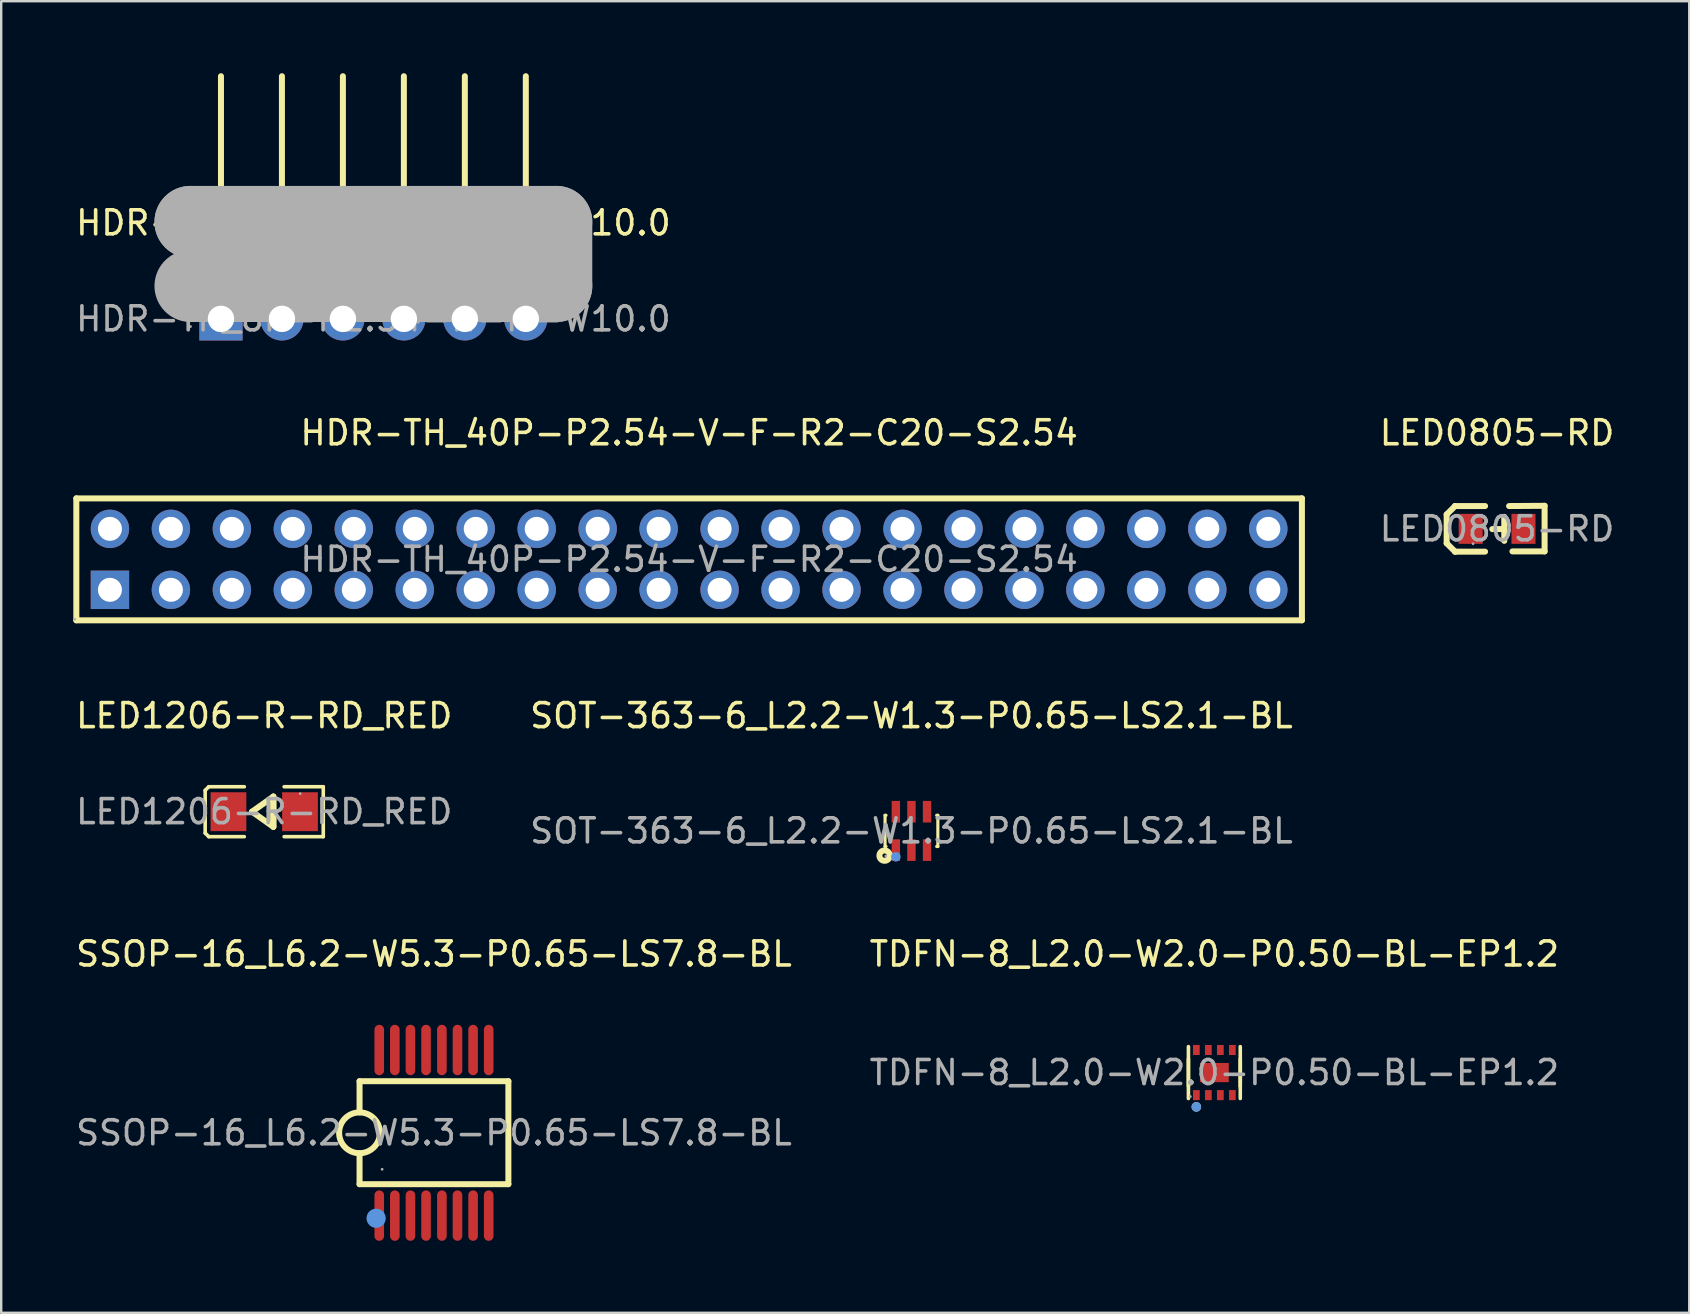
<source format=kicad_pcb>
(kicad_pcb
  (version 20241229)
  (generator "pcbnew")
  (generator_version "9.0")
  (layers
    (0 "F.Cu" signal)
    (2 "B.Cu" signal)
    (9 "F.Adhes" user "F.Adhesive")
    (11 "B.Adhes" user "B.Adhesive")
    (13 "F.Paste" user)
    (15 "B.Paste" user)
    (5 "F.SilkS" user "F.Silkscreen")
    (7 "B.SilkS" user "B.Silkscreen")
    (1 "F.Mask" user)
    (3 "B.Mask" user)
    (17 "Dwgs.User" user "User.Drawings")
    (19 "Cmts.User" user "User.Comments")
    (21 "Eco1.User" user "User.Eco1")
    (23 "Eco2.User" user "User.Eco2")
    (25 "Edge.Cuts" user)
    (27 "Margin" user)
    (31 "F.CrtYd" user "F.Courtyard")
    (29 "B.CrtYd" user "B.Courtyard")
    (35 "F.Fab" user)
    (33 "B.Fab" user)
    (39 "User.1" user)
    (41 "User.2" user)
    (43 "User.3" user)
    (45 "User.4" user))
  (footprint "HDR-TH_6P-P2.54-H-M-W10.0"
    (layer "F.Cu")
    (at 12.506 10.235)
    (property "Reference" "HDR-TH_6P-P2.54-H-M-W10.0" (at 0 -4 0) (layer "F.SilkS") (effects (font (size 1 1) (thickness 0.15))))
    (attr through_hole)
    (fp_line (start -6.35 -4.11) (end -6.35 -10.11) (stroke (width 0.25) (type solid)) (layer "F.SilkS"))
    (fp_line (start -3.81 -4.11) (end -3.81 -10.11) (stroke (width 0.25) (type solid)) (layer "F.SilkS"))
    (fp_line (start -1.27 -4.11) (end -1.27 -10.11) (stroke (width 0.25) (type solid)) (layer "F.SilkS"))
    (fp_line (start 1.27 -4.11) (end 1.27 -10.11) (stroke (width 0.25) (type solid)) (layer "F.SilkS"))
    (fp_line (start 3.81 -4.11) (end 3.81 -10.11) (stroke (width 0.25) (type solid)) (layer "F.SilkS"))
    (fp_line (start 6.35 -4.11) (end 6.35 -10.11) (stroke (width 0.25) (type solid)) (layer "F.SilkS"))
    (fp_line (start -7.62 -4.04) (end -7.62 -4.04) (stroke (width 3) (type solid)) (layer "F.Fab"))
    (fp_line (start -7.62 -4.04) (end 7.62 -4.04) (stroke (width 3) (type solid)) (layer "F.Fab"))
    (fp_line (start 7.62 -4.04) (end 7.62 -1.37) (stroke (width 3) (type solid)) (layer "F.Fab"))
    (fp_line (start 7.62 -1.37) (end -7.62 -1.37) (stroke (width 3) (type solid)) (layer "F.Fab"))
    (fp_circle (center -7.62 0.32) (end -7.59 0.32) (stroke (width 0.06) (type solid)) (fill no) (layer "F.Fab"))
    (fp_text user "${REFERENCE}" (at 0 0 0) (layer "F.Fab") (effects (font (size 1 1) (thickness 0.15))))
    (pad "1" thru_hole rect (at -6.35 0) (size 1.8 1.8) (drill 1.1) (layers "*.Cu" "*.Mask"))
    (pad "2" thru_hole circle (at -3.81 0) (size 1.8 1.8) (drill 1.1) (layers "*.Cu" "*.Mask"))
    (pad "3" thru_hole circle (at -1.27 0) (size 1.8 1.8) (drill 1.1) (layers "*.Cu" "*.Mask"))
    (pad "4" thru_hole circle (at 1.27 0) (size 1.8 1.8) (drill 1.1) (layers "*.Cu" "*.Mask"))
    (pad "5" thru_hole circle (at 3.81 0) (size 1.8 1.8) (drill 1.1) (layers "*.Cu" "*.Mask"))
    (pad "6" thru_hole circle (at 6.35 0) (size 1.8 1.8) (drill 1.1) (layers "*.Cu" "*.Mask")))
  (footprint "SSOP-16_L6.2-W5.3-P0.65-LS7.8-BL"
    (layer "F.Cu")
    (at 15.03 44.145)
    (property "Reference" "SSOP-16_L6.2-W5.3-P0.65-LS7.8-BL" (at 0 -7.45 0) (layer "F.SilkS") (effects (font (size 1 1) (thickness 0.15))))
    (attr smd)
    (fp_line (start -3.1 -2.15) (end 3.1 -2.15) (stroke (width 0.25) (type solid)) (layer "F.SilkS"))
    (fp_line (start -3.1 -0.85) (end -3.1 -2.15) (stroke (width 0.25) (type solid)) (layer "F.SilkS"))
    (fp_line (start -3.1 0.85) (end -3.1 2.14) (stroke (width 0.25) (type solid)) (layer "F.SilkS"))
    (fp_line (start -3.1 2.14) (end 3.1 2.14) (stroke (width 0.25) (type solid)) (layer "F.SilkS"))
    (fp_line (start 3.1 2.14) (end 3.1 -2.15) (stroke (width 0.25) (type solid)) (layer "F.SilkS"))
    (fp_arc (start -3.114835 0.849871) (mid -3.092582 -0.849968) (end -3.1 0.85) (stroke (width 0.25) (type solid)) (layer "F.SilkS"))
    (fp_circle (center -2.41 3.56) (end -2.21 3.56) (stroke (width 0.4) (type solid)) (fill no) (layer "Cmts.User"))
    (fp_circle (center -2.16 1.52) (end -2.13 1.52) (stroke (width 0.06) (type solid)) (fill no) (layer "F.Fab"))
    (fp_text user "${REFERENCE}" (at 0 0 0) (layer "F.Fab") (effects (font (size 1 1) (thickness 0.15))))
    (pad "1" smd oval (at -2.28 3.45 180) (size 0.4 2.1) (layers "F.Cu" "F.Mask" "F.Paste"))
    (pad "2" smd oval (at -1.63 3.45 180) (size 0.4 2.1) (layers "F.Cu" "F.Mask" "F.Paste"))
    (pad "3" smd oval (at -0.98 3.45 180) (size 0.4 2.1) (layers "F.Cu" "F.Mask" "F.Paste"))
    (pad "4" smd oval (at -0.33 3.45 180) (size 0.4 2.1) (layers "F.Cu" "F.Mask" "F.Paste"))
    (pad "5" smd oval (at 0.33 3.45 180) (size 0.4 2.1) (layers "F.Cu" "F.Mask" "F.Paste"))
    (pad "6" smd oval (at 0.98 3.45 180) (size 0.4 2.1) (layers "F.Cu" "F.Mask" "F.Paste"))
    (pad "7" smd oval (at 1.63 3.45 180) (size 0.4 2.1) (layers "F.Cu" "F.Mask" "F.Paste"))
    (pad "8" smd oval (at 2.28 3.45 180) (size 0.4 2.1) (layers "F.Cu" "F.Mask" "F.Paste"))
    (pad "9" smd oval (at 2.28 -3.45 180) (size 0.4 2.1) (layers "F.Cu" "F.Mask" "F.Paste"))
    (pad "10" smd oval (at 1.63 -3.45 180) (size 0.4 2.1) (layers "F.Cu" "F.Mask" "F.Paste"))
    (pad "11" smd oval (at 0.98 -3.45 180) (size 0.4 2.1) (layers "F.Cu" "F.Mask" "F.Paste"))
    (pad "12" smd oval (at 0.33 -3.45 180) (size 0.4 2.1) (layers "F.Cu" "F.Mask" "F.Paste"))
    (pad "13" smd oval (at -0.33 -3.45 180) (size 0.4 2.1) (layers "F.Cu" "F.Mask" "F.Paste"))
    (pad "14" smd oval (at -0.98 -3.45 180) (size 0.4 2.1) (layers "F.Cu" "F.Mask" "F.Paste"))
    (pad "15" smd oval (at -1.63 -3.45 180) (size 0.4 2.1) (layers "F.Cu" "F.Mask" "F.Paste"))
    (pad "16" smd oval (at -2.28 -3.45 180) (size 0.4 2.1) (layers "F.Cu" "F.Mask" "F.Paste")))
  (footprint "LED1206-R-RD_RED"
    (layer "F.Cu")
    (at 7.958 30.767)
    (property "Reference" "LED1206-R-RD_RED" (at 0 -4 0) (layer "F.SilkS") (effects (font (size 1 1) (thickness 0.15))))
    (attr smd)
    (fp_line (start -2.46 -0.89) (end -2.31 -1.04) (stroke (width 0.15) (type solid)) (layer "F.SilkS"))
    (fp_line (start -2.46 0.89) (end -2.46 -0.89) (stroke (width 0.15) (type solid)) (layer "F.SilkS"))
    (fp_line (start -2.31 -1.04) (end -0.83 -1.04) (stroke (width 0.15) (type solid)) (layer "F.SilkS"))
    (fp_line (start -2.31 1.04) (end -2.46 0.89) (stroke (width 0.15) (type solid)) (layer "F.SilkS"))
    (fp_line (start -0.83 1.04) (end -2.31 1.04) (stroke (width 0.15) (type solid)) (layer "F.SilkS"))
    (fp_line (start -0.51 0) (end 0.38 0.63) (stroke (width 0.25) (type solid)) (layer "F.SilkS"))
    (fp_line (start 0.38 -0.63) (end -0.51 0) (stroke (width 0.25) (type solid)) (layer "F.SilkS"))
    (fp_line (start 0.38 -0.63) (end 0.38 0.63) (stroke (width 0.25) (type solid)) (layer "F.SilkS"))
    (fp_line (start 0.38 0.63) (end 0.38 -0.63) (stroke (width 0.25) (type solid)) (layer "F.SilkS"))
    (fp_line (start 0.83 1.04) (end 2.46 1.04) (stroke (width 0.15) (type solid)) (layer "F.SilkS"))
    (fp_line (start 2.46 -1.04) (end 0.83 -1.04) (stroke (width 0.15) (type solid)) (layer "F.SilkS"))
    (fp_line (start 2.46 1.04) (end 2.46 -1.04) (stroke (width 0.15) (type solid)) (layer "F.SilkS"))
    (fp_circle (center 1.5 -0.75) (end 1.53 -0.75) (stroke (width 0.06) (type solid)) (fill no) (layer "F.Fab"))
    (fp_text user "${REFERENCE}" (at 0 0 0) (layer "F.Fab") (effects (font (size 1 1) (thickness 0.15))))
    (pad "1" smd rect (at 1.49 0) (size 1.49 1.62) (layers "F.Cu" "F.Mask" "F.Paste"))
    (pad "2" smd rect (at -1.49 0) (size 1.49 1.62) (layers "F.Cu" "F.Mask" "F.Paste")))
  (footprint "HDR-TH_40P-P2.54-V-F-R2-C20-S2.54"
    (layer "F.Cu")
    (at 25.66 20.253)
    (property "Reference" "HDR-TH_40P-P2.54-V-F-R2-C20-S2.54" (at 0 -5.27 0) (layer "F.SilkS") (effects (font (size 1 1) (thickness 0.15))))
    (attr through_hole)
    (fp_line (start -25.53 -2.54) (end -25.53 2.54) (stroke (width 0.25) (type solid)) (layer "F.SilkS"))
    (fp_line (start -25.53 -2.54) (end 25.53 -2.54) (stroke (width 0.25) (type solid)) (layer "F.SilkS"))
    (fp_line (start -25.53 2.54) (end 25.53 2.54) (stroke (width 0.25) (type solid)) (layer "F.SilkS"))
    (fp_line (start 25.53 -2.54) (end 25.53 2.54) (stroke (width 0.25) (type solid)) (layer "F.SilkS"))
    (fp_circle (center -25.6 2.5) (end -25.57 2.5) (stroke (width 0.06) (type solid)) (fill no) (layer "F.Fab"))
    (fp_text user "${REFERENCE}" (at 0 0 0) (layer "F.Fab") (effects (font (size 1 1) (thickness 0.15))))
    (pad "1" thru_hole rect (at -24.13 1.27) (size 1.6 1.6) (drill 1) (layers "*.Cu" "*.Mask"))
    (pad "2" thru_hole circle (at -24.13 -1.27) (size 1.6 1.6) (drill 1) (layers "*.Cu" "*.Mask"))
    (pad "3" thru_hole circle (at -21.59 1.27) (size 1.6 1.6) (drill 1) (layers "*.Cu" "*.Mask"))
    (pad "4" thru_hole circle (at -21.59 -1.27) (size 1.6 1.6) (drill 1) (layers "*.Cu" "*.Mask"))
    (pad "5" thru_hole circle (at -19.05 1.27) (size 1.6 1.6) (drill 1) (layers "*.Cu" "*.Mask"))
    (pad "6" thru_hole circle (at -19.05 -1.27) (size 1.6 1.6) (drill 1) (layers "*.Cu" "*.Mask"))
    (pad "7" thru_hole circle (at -16.51 1.27) (size 1.6 1.6) (drill 1) (layers "*.Cu" "*.Mask"))
    (pad "8" thru_hole circle (at -16.51 -1.27) (size 1.6 1.6) (drill 1) (layers "*.Cu" "*.Mask"))
    (pad "9" thru_hole circle (at -13.97 1.27) (size 1.6 1.6) (drill 1) (layers "*.Cu" "*.Mask"))
    (pad "10" thru_hole circle (at -13.97 -1.27) (size 1.6 1.6) (drill 1) (layers "*.Cu" "*.Mask"))
    (pad "11" thru_hole circle (at -11.43 1.27) (size 1.6 1.6) (drill 1) (layers "*.Cu" "*.Mask"))
    (pad "12" thru_hole circle (at -11.43 -1.27) (size 1.6 1.6) (drill 1) (layers "*.Cu" "*.Mask"))
    (pad "13" thru_hole circle (at -8.89 1.27) (size 1.6 1.6) (drill 1) (layers "*.Cu" "*.Mask"))
    (pad "14" thru_hole circle (at -8.89 -1.27) (size 1.6 1.6) (drill 1) (layers "*.Cu" "*.Mask"))
    (pad "15" thru_hole circle (at -6.35 1.27) (size 1.6 1.6) (drill 1) (layers "*.Cu" "*.Mask"))
    (pad "16" thru_hole circle (at -6.35 -1.27) (size 1.6 1.6) (drill 1) (layers "*.Cu" "*.Mask"))
    (pad "17" thru_hole circle (at -3.81 1.27) (size 1.6 1.6) (drill 1) (layers "*.Cu" "*.Mask"))
    (pad "18" thru_hole circle (at -3.81 -1.27) (size 1.6 1.6) (drill 1) (layers "*.Cu" "*.Mask"))
    (pad "19" thru_hole circle (at -1.27 1.27) (size 1.6 1.6) (drill 1) (layers "*.Cu" "*.Mask"))
    (pad "20" thru_hole circle (at -1.27 -1.27) (size 1.6 1.6) (drill 1) (layers "*.Cu" "*.Mask"))
    (pad "21" thru_hole circle (at 1.27 1.27) (size 1.6 1.6) (drill 1) (layers "*.Cu" "*.Mask"))
    (pad "22" thru_hole circle (at 1.27 -1.27) (size 1.6 1.6) (drill 1) (layers "*.Cu" "*.Mask"))
    (pad "23" thru_hole circle (at 3.81 1.27) (size 1.6 1.6) (drill 1) (layers "*.Cu" "*.Mask"))
    (pad "24" thru_hole circle (at 3.81 -1.27) (size 1.6 1.6) (drill 1) (layers "*.Cu" "*.Mask"))
    (pad "25" thru_hole circle (at 6.35 1.27) (size 1.6 1.6) (drill 1) (layers "*.Cu" "*.Mask"))
    (pad "26" thru_hole circle (at 6.35 -1.27) (size 1.6 1.6) (drill 1) (layers "*.Cu" "*.Mask"))
    (pad "27" thru_hole circle (at 8.89 1.27) (size 1.6 1.6) (drill 1) (layers "*.Cu" "*.Mask"))
    (pad "28" thru_hole circle (at 8.89 -1.27) (size 1.6 1.6) (drill 1) (layers "*.Cu" "*.Mask"))
    (pad "29" thru_hole circle (at 11.43 1.27) (size 1.6 1.6) (drill 1) (layers "*.Cu" "*.Mask"))
    (pad "30" thru_hole circle (at 11.43 -1.27) (size 1.6 1.6) (drill 1) (layers "*.Cu" "*.Mask"))
    (pad "31" thru_hole circle (at 13.97 1.27) (size 1.6 1.6) (drill 1) (layers "*.Cu" "*.Mask"))
    (pad "32" thru_hole circle (at 13.97 -1.27) (size 1.6 1.6) (drill 1) (layers "*.Cu" "*.Mask"))
    (pad "33" thru_hole circle (at 16.51 1.27) (size 1.6 1.6) (drill 1) (layers "*.Cu" "*.Mask"))
    (pad "34" thru_hole circle (at 16.51 -1.27) (size 1.6 1.6) (drill 1) (layers "*.Cu" "*.Mask"))
    (pad "35" thru_hole circle (at 19.05 1.27) (size 1.6 1.6) (drill 1) (layers "*.Cu" "*.Mask"))
    (pad "36" thru_hole circle (at 19.05 -1.27) (size 1.6 1.6) (drill 1) (layers "*.Cu" "*.Mask"))
    (pad "37" thru_hole circle (at 21.59 1.27) (size 1.6 1.6) (drill 1) (layers "*.Cu" "*.Mask"))
    (pad "38" thru_hole circle (at 21.59 -1.27) (size 1.6 1.6) (drill 1) (layers "*.Cu" "*.Mask"))
    (pad "39" thru_hole circle (at 24.13 1.27) (size 1.6 1.6) (drill 1) (layers "*.Cu" "*.Mask"))
    (pad "40" thru_hole circle (at 24.13 -1.27) (size 1.6 1.6) (drill 1) (layers "*.Cu" "*.Mask")))
  (footprint "SOT-363-6_L2.2-W1.3-P0.65-LS2.1-BL"
    (layer "F.Cu")
    (at 34.923 31.567)
    (property "Reference" "SOT-363-6_L2.2-W1.3-P0.65-LS2.1-BL" (at 0 -4.8 0) (layer "F.SilkS") (effects (font (size 1 1) (thickness 0.15))))
    (attr smd)
    (fp_line (start -1.1 -0.65) (end -1.1 0.65) (stroke (width 0.13) (type solid)) (layer "F.SilkS"))
    (fp_line (start -1.1 -0.65) (end -1.06 -0.65) (stroke (width 0.13) (type solid)) (layer "F.SilkS"))
    (fp_line (start -1.1 0.65) (end -1.06 0.65) (stroke (width 0.13) (type solid)) (layer "F.SilkS"))
    (fp_line (start 1.05 -0.65) (end 1.1 -0.65) (stroke (width 0.13) (type solid)) (layer "F.SilkS"))
    (fp_line (start 1.05 0.65) (end 1.1 0.65) (stroke (width 0.13) (type solid)) (layer "F.SilkS"))
    (fp_line (start 1.1 -0.65) (end 1.1 0.65) (stroke (width 0.13) (type solid)) (layer "F.SilkS"))
    (fp_circle (center -1.12 1.03) (end -1.03 1.03) (stroke (width 0.25) (type solid)) (fill no) (layer "F.SilkS"))
    (fp_circle (center -0.65 1.08) (end -0.55 1.08) (stroke (width 0.2) (type solid)) (fill no) (layer "Cmts.User"))
    (fp_circle (center -1.07 1.05) (end -1.04 1.05) (stroke (width 0.06) (type solid)) (fill no) (layer "F.Fab"))
    (fp_text user "${REFERENCE}" (at 0 0 0) (layer "F.Fab") (effects (font (size 1 1) (thickness 0.15))))
    (pad "1" smd rect (at -0.65 0.8) (size 0.35 0.9) (layers "F.Cu" "F.Mask" "F.Paste"))
    (pad "2" smd rect (at 0 0.8) (size 0.35 0.9) (layers "F.Cu" "F.Mask" "F.Paste"))
    (pad "3" smd rect (at 0.65 0.8) (size 0.35 0.9) (layers "F.Cu" "F.Mask" "F.Paste"))
    (pad "4" smd rect (at 0.65 -0.8) (size 0.35 0.9) (layers "F.Cu" "F.Mask" "F.Paste"))
    (pad "5" smd rect (at 0 -0.8) (size 0.35 0.9) (layers "F.Cu" "F.Mask" "F.Paste"))
    (pad "6" smd rect (at -0.65 -0.8) (size 0.35 0.9) (layers "F.Cu" "F.Mask" "F.Paste")))
  (footprint "LED0805-RD"
    (layer "F.Cu")
    (at 59.321 18.983)
    (property "Reference" "LED0805-RD" (at 0 -4 0) (layer "F.SilkS") (effects (font (size 1 1) (thickness 0.15))))
    (attr smd)
    (fp_line (start -2.1 -0.6) (end -2.1 0.6) (stroke (width 0.25) (type solid)) (layer "F.SilkS"))
    (fp_line (start -1.75 -0.95) (end -2.1 -0.6) (stroke (width 0.25) (type solid)) (layer "F.SilkS"))
    (fp_line (start -1.75 -0.95) (end -1.75 -0.95) (stroke (width 0.25) (type solid)) (layer "F.SilkS"))
    (fp_line (start -1.75 0.95) (end -2.1 0.6) (stroke (width 0.25) (type solid)) (layer "F.SilkS"))
    (fp_line (start -1.75 0.95) (end -1.75 0.95) (stroke (width 0.25) (type solid)) (layer "F.SilkS"))
    (fp_line (start -0.5 -0.95) (end -1.75 -0.95) (stroke (width 0.25) (type solid)) (layer "F.SilkS"))
    (fp_line (start -0.5 0.95) (end -1.75 0.95) (stroke (width 0.25) (type solid)) (layer "F.SilkS"))
    (fp_line (start 0.3 -0.5) (end 0.3 0.5) (stroke (width 0.25) (type solid)) (layer "F.SilkS"))
    (fp_line (start 0.3 0.01) (end -0.2 0.01) (stroke (width 0.25) (type solid)) (layer "F.SilkS"))
    (fp_line (start 0.5 -0.95) (end 1.98 -0.96) (stroke (width 0.25) (type solid)) (layer "F.SilkS"))
    (fp_line (start 0.64 0.94) (end 1.98 0.94) (stroke (width 0.25) (type solid)) (layer "F.SilkS"))
    (fp_line (start 1.98 -0.96) (end 1.98 0.94) (stroke (width 0.25) (type solid)) (layer "F.SilkS"))
    (fp_circle (center -1 0.62) (end -0.97 0.62) (stroke (width 0.06) (type solid)) (fill no) (layer "F.Fab"))
    (fp_text user "${REFERENCE}" (at 0 0 0) (layer "F.Fab") (effects (font (size 1 1) (thickness 0.15))))
    (pad "1" smd rect (at -1.1 0 180) (size 1 1.25) (layers "F.Cu" "F.Mask" "F.Paste"))
    (pad "2" smd rect (at 1.1 0 180) (size 1 1.25) (layers "F.Cu" "F.Mask" "F.Paste")))
  (footprint "TDFN-8_L2.0-W2.0-P0.50-BL-EP1.2"
    (layer "F.Cu")
    (at 47.542 41.635)
    (property "Reference" "TDFN-8_L2.0-W2.0-P0.50-BL-EP1.2" (at 0 -4.94 0) (layer "F.SilkS") (effects (font (size 1 1) (thickness 0.15))))
    (attr smd)
    (fp_line (start -1.08 -1.08) (end -1.08 0.57) (stroke (width 0.15) (type solid)) (layer "F.SilkS"))
    (fp_line (start -1.08 1.08) (end -1.08 -0.57) (stroke (width 0.15) (type solid)) (layer "F.SilkS"))
    (fp_line (start 1.08 -1.08) (end 1.08 0.57) (stroke (width 0.15) (type solid)) (layer "F.SilkS"))
    (fp_line (start 1.08 1.08) (end 1.08 -0.57) (stroke (width 0.15) (type solid)) (layer "F.SilkS"))
    (fp_circle (center -0.75 1.43) (end -0.65 1.43) (stroke (width 0.2) (type solid)) (fill no) (layer "F.SilkS"))
    (fp_circle (center -0.75 1.43) (end -0.65 1.43) (stroke (width 0.2) (type solid)) (fill no) (layer "Cmts.User"))
    (fp_circle (center -1 1) (end -0.97 1) (stroke (width 0.06) (type solid)) (fill no) (layer "F.Fab"))
    (fp_text user "${REFERENCE}" (at 0 0 0) (layer "F.Fab") (effects (font (size 1 1) (thickness 0.15))))
    (pad "1" smd rect (at -0.75 0.94) (size 0.28 0.42) (layers "F.Cu" "F.Mask" "F.Paste"))
    (pad "2" smd rect (at -0.25 0.94) (size 0.28 0.42) (layers "F.Cu" "F.Mask" "F.Paste"))
    (pad "3" smd rect (at 0.25 0.94) (size 0.28 0.42) (layers "F.Cu" "F.Mask" "F.Paste"))
    (pad "4" smd rect (at 0.75 0.94) (size 0.28 0.42) (layers "F.Cu" "F.Mask" "F.Paste"))
    (pad "5" smd rect (at 0.75 -0.94) (size 0.28 0.42) (layers "F.Cu" "F.Mask" "F.Paste"))
    (pad "6" smd rect (at 0.25 -0.94) (size 0.28 0.42) (layers "F.Cu" "F.Mask" "F.Paste"))
    (pad "7" smd rect (at -0.25 -0.94) (size 0.28 0.42) (layers "F.Cu" "F.Mask" "F.Paste"))
    (pad "8" smd rect (at -0.75 -0.94) (size 0.28 0.42) (layers "F.Cu" "F.Mask" "F.Paste"))
    (pad "9" smd rect (at 0 0) (size 1.2 0.8) (layers "F.Cu" "F.Mask" "F.Paste")))
  (gr_rect
    (start -3 -3)
    (end 67.327 51.645)
    (stroke (width 0.1) (type default))
    (fill no)
    (layer "Edge.Cuts")))
</source>
